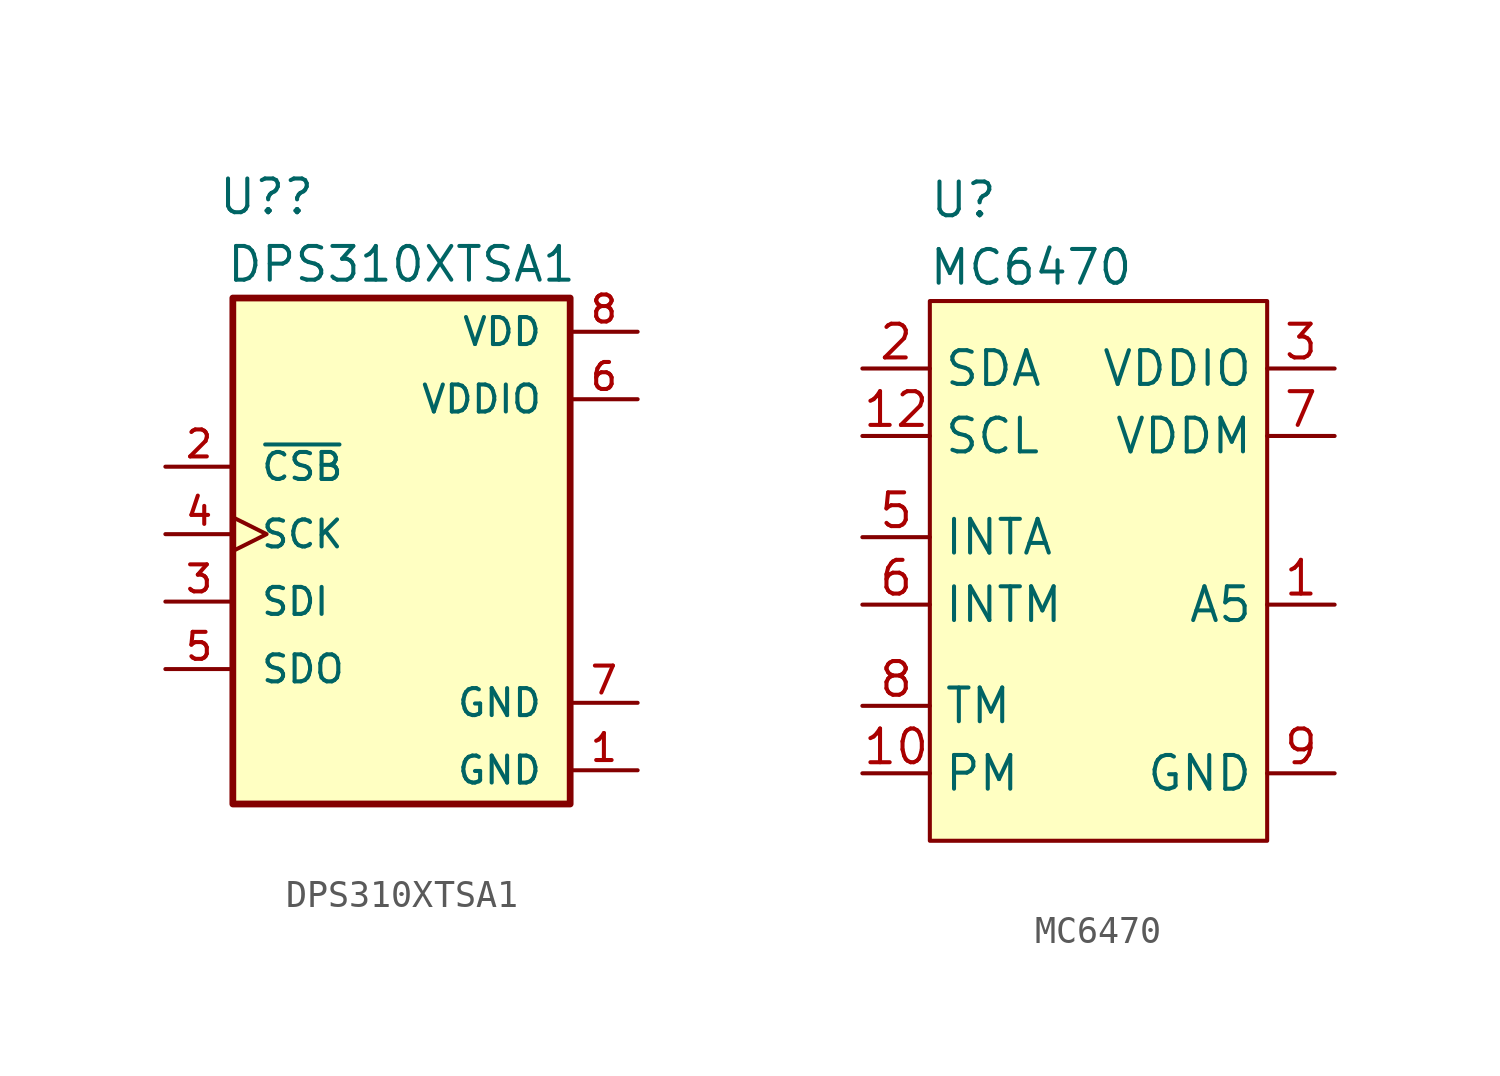
<source format=kicad_sym>
(kicad_symbol_lib
  (version 20211014)
  (generator kicad_symbol_editor)
  (symbol "DPS310XTSA1"
    (pin_names
      (offset 1.016))
    (property "Reference" "U?"
      (at -5.08 13.97 0)
      (effects (font (size 1.27 1.27))))
    (property "Value" "DPS310XTSA1"
      (at 0 11.43 0)
      (effects (font (size 1.27 1.27))))
    (symbol "DPS310XTSA1_0_0"
      (rectangle (start -6.35 10.16) (end 6.35 -8.89) (stroke (width 0.254) (type default) (color 0 0 0 0)) (fill (type background)))
      (pin power_in line (at 8.89 -7.62 180) (length 2.54) (name "GND" (effects (font (size 1.016 1.016)))) (number "1" (effects (font (size 1.016 1.016)))))
      (pin input line (at -8.89 3.81 0) (length 2.54) (name "~{CSB}" (effects (font (size 1.016 1.016)))) (number "2" (effects (font (size 1.016 1.016)))))
      (pin bidirectional line (at -8.89 -1.27 0) (length 2.54) (name "SDI" (effects (font (size 1.016 1.016)))) (number "3" (effects (font (size 1.016 1.016)))))
      (pin input clock (at -8.89 1.27 0) (length 2.54) (name "SCK" (effects (font (size 1.016 1.016)))) (number "4" (effects (font (size 1.016 1.016)))))
      (pin output line (at -8.89 -3.81 0) (length 2.54) (name "SDO" (effects (font (size 1.016 1.016)))) (number "5" (effects (font (size 1.016 1.016)))))
      (pin power_in line (at 8.89 6.35 180) (length 2.54) (name "VDDIO" (effects (font (size 1.016 1.016)))) (number "6" (effects (font (size 1.016 1.016)))))
      (pin power_in line (at 8.89 -5.08 180) (length 2.54) (name "GND" (effects (font (size 1.016 1.016)))) (number "7" (effects (font (size 1.016 1.016)))))
      (pin power_in line (at 8.89 8.89 180) (length 2.54) (name "VDD" (effects (font (size 1.016 1.016)))) (number "8" (effects (font (size 1.016 1.016)))))))
  (symbol "MC6470"
    (property "Reference" "U"
      (at -5.08 13.97 0)
      (effects (font (size 1.27 1.27))))
    (property "Value" "MC6470"
      (at -2.54 11.43 0)
      (effects (font (size 1.27 1.27))))
    (symbol "MC6470_0_1"
      (rectangle (start -6.35 10.16) (end 6.35 -10.16) (stroke (width 0) (type default) (color 0 0 0 0)) (fill (type background))))
    (symbol "MC6470_1_1"
      (pin passive line (at 8.89 -1.27 180) (length 2.54) (name "A5" (effects (font (size 1.27 1.27)))) (number "1" (effects (font (size 1.27 1.27)))))
      (pin passive line (at -8.89 -7.62 0) (length 2.54) (name "PM" (effects (font (size 1.27 1.27)))) (number "10" (effects (font (size 1.27 1.27)))))
      (pin no_connect line (at 1.905 0.635 90) (length 2.54) hide (name "NC" (effects (font (size 1.27 1.27)))) (number "11" (effects (font (size 1.27 1.27)))))
      (pin passive line (at -8.89 5.08 0) (length 2.54) (name "SCL" (effects (font (size 1.27 1.27)))) (number "12" (effects (font (size 1.27 1.27)))))
      (pin passive line (at -8.89 7.62 0) (length 2.54) (name "SDA" (effects (font (size 1.27 1.27)))) (number "2" (effects (font (size 1.27 1.27)))))
      (pin passive line (at 8.89 7.62 180) (length 2.54) (name "VDDIO" (effects (font (size 1.27 1.27)))) (number "3" (effects (font (size 1.27 1.27)))))
      (pin no_connect line (at -0.635 0.635 90) (length 2.54) hide (name "NC" (effects (font (size 1.27 1.27)))) (number "4" (effects (font (size 1.27 1.27)))))
      (pin passive line (at -8.89 1.27 0) (length 2.54) (name "INTA" (effects (font (size 1.27 1.27)))) (number "5" (effects (font (size 1.27 1.27)))))
      (pin passive line (at -8.89 -1.27 0) (length 2.54) (name "INTM" (effects (font (size 1.27 1.27)))) (number "6" (effects (font (size 1.27 1.27)))))
      (pin passive line (at 8.89 5.08 180) (length 2.54) (name "VDDM" (effects (font (size 1.27 1.27)))) (number "7" (effects (font (size 1.27 1.27)))))
      (pin passive line (at -8.89 -5.08 0) (length 2.54) (name "TM" (effects (font (size 1.27 1.27)))) (number "8" (effects (font (size 1.27 1.27)))))
      (pin passive line (at 8.89 -7.62 180) (length 2.54) (name "GND" (effects (font (size 1.27 1.27)))) (number "9" (effects (font (size 1.27 1.27))))))))
</source>
